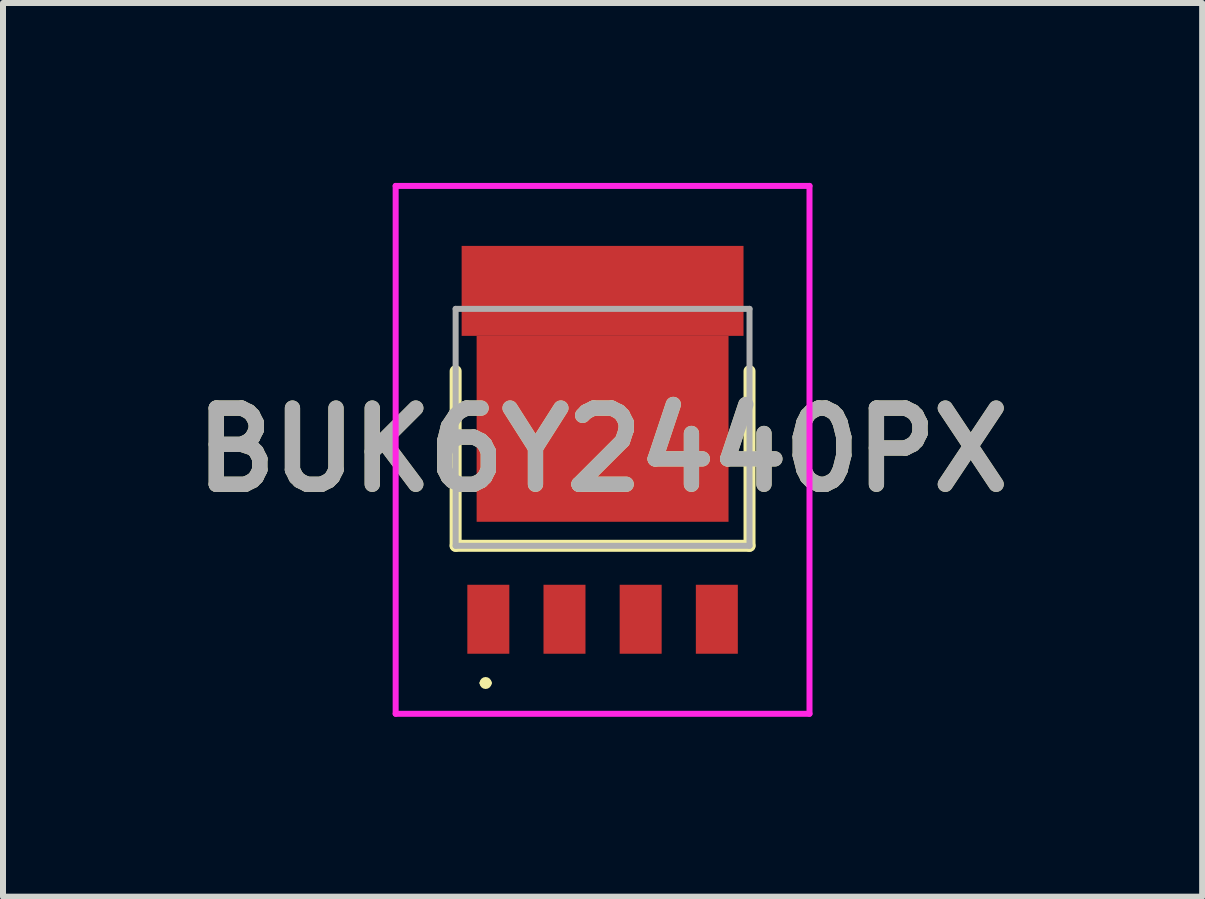
<source format=kicad_pcb>
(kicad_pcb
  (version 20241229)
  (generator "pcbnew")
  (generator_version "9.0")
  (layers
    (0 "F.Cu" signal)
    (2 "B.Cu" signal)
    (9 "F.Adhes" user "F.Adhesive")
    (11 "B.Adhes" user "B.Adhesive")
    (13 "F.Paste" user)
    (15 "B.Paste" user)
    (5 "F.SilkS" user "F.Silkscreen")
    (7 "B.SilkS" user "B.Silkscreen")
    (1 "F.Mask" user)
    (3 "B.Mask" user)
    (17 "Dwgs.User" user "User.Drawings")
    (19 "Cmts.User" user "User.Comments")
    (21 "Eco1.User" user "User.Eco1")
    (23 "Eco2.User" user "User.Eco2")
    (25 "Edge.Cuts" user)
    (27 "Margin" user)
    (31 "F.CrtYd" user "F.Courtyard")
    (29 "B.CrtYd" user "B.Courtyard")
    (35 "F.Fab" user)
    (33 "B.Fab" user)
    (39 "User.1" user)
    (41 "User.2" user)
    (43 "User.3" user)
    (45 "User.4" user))
  (footprint "BUK6Y2440PX"
    (layer "F.Cu")
    (at 6.997 4.538)
    (property "Reference" "BUK6Y2440PX" (at 0 -0.088 0) (layer "F.SilkS") (effects (font (size 1.27 1.27) (thickness 0.254))))
    (attr smd)
    (fp_line (start -2.45 -1.4) (end -2.45 1.512) (stroke (width 0.2) (type solid)) (layer "F.SilkS"))
    (fp_line (start -2.45 1.512) (end 2.45 1.512) (stroke (width 0.2) (type solid)) (layer "F.SilkS"))
    (fp_line (start -2 3.8) (end -2 3.8) (stroke (width 0.1) (type solid)) (layer "F.SilkS"))
    (fp_line (start -1.9 3.8) (end -1.9 3.8) (stroke (width 0.1) (type solid)) (layer "F.SilkS"))
    (fp_line (start 2.45 1.512) (end 2.45 -1.4) (stroke (width 0.2) (type solid)) (layer "F.SilkS"))
    (fp_arc (start -2 3.8) (mid -1.95 3.75) (end -1.9 3.8) (stroke (width 0.1) (type solid)) (layer "F.SilkS"))
    (fp_arc (start -1.9 3.8) (mid -1.95 3.85) (end -2 3.8) (stroke (width 0.1) (type solid)) (layer "F.SilkS"))
    (fp_line (start -3.45 -4.488) (end 3.45 -4.488) (stroke (width 0.1) (type solid)) (layer "F.CrtYd"))
    (fp_line (start -3.45 4.313) (end -3.45 -4.488) (stroke (width 0.1) (type solid)) (layer "F.CrtYd"))
    (fp_line (start 3.45 -4.488) (end 3.45 4.313) (stroke (width 0.1) (type solid)) (layer "F.CrtYd"))
    (fp_line (start 3.45 4.313) (end -3.45 4.313) (stroke (width 0.1) (type solid)) (layer "F.CrtYd"))
    (fp_line (start -2.45 -2.438) (end 2.45 -2.438) (stroke (width 0.1) (type solid)) (layer "F.Fab"))
    (fp_line (start -2.45 1.512) (end -2.45 -2.438) (stroke (width 0.1) (type solid)) (layer "F.Fab"))
    (fp_line (start 2.45 -2.438) (end 2.45 1.512) (stroke (width 0.1) (type solid)) (layer "F.Fab"))
    (fp_line (start 2.45 1.512) (end -2.45 1.512) (stroke (width 0.1) (type solid)) (layer "F.Fab"))
    (fp_text user "${REFERENCE}" (at 0 -0.088 0) (layer "F.Fab") (effects (font (size 1.27 1.27) (thickness 0.254))))
    (pad "1" smd rect (at -1.905 2.737) (size 0.7 1.15) (layers "F.Cu" "F.Mask" "F.Paste"))
    (pad "2" smd rect (at -0.635 2.737) (size 0.7 1.15) (layers "F.Cu" "F.Mask" "F.Paste"))
    (pad "3" smd rect (at 0.635 2.737) (size 0.7 1.15) (layers "F.Cu" "F.Mask" "F.Paste"))
    (pad "4" smd rect (at 1.905 2.737) (size 0.7 1.15) (layers "F.Cu" "F.Mask" "F.Paste"))
    (pad "5" smd rect (at 0 -2.738 90) (size 1.5 4.7) (layers "F.Cu" "F.Mask" "F.Paste"))
    (pad "6" smd rect (at 0 -0.438 90) (size 3.1 4.2) (layers "F.Cu" "F.Mask" "F.Paste")))
  (gr_rect
    (start -3 -3)
    (end 16.994 11.901)
    (stroke (width 0.1) (type default))
    (fill no)
    (layer "Edge.Cuts")))
</source>
